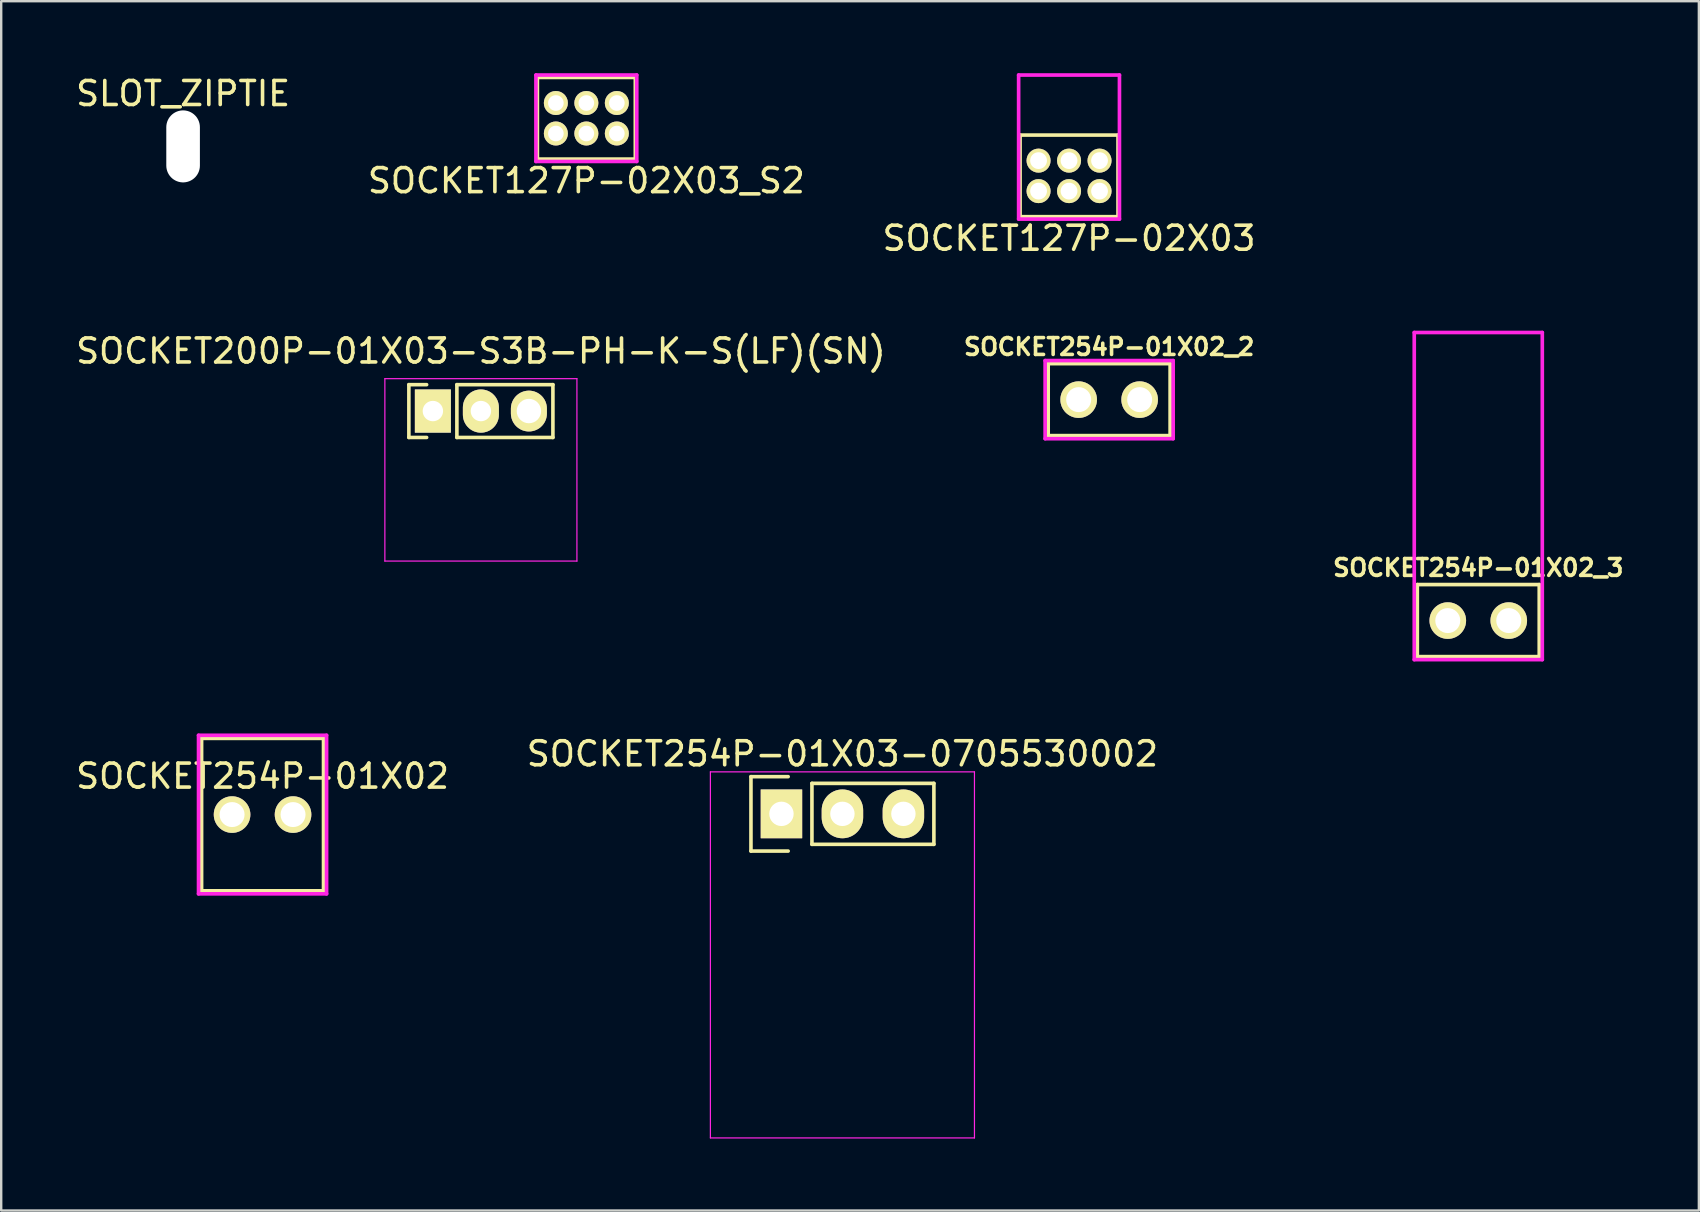
<source format=kicad_pcb>
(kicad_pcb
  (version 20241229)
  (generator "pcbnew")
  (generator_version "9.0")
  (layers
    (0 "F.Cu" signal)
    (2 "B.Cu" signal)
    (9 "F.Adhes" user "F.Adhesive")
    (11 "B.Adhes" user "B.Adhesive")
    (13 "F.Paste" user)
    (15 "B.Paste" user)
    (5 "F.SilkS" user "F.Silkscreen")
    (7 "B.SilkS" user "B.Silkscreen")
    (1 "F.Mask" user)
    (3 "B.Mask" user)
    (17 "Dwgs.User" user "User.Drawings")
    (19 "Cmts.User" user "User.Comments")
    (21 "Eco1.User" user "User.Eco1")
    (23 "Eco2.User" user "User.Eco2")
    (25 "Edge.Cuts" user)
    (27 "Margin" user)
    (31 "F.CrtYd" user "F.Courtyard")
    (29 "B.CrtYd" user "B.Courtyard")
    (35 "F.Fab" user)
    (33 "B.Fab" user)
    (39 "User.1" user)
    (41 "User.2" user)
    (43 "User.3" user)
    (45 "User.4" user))
  (footprint "SOCKET254P-01X02_3"
    (layer "F.Cu")
    (at 58.529 22.801)
    (property "Reference" "SOCKET254P-01X02_3" (at 0 -2.2 0) (layer "F.SilkS") (effects (font (size 0.7 0.7) (thickness 0.15))))
    (attr through_hole)
    (fp_line (start -2.54 1.5) (end -2.54 -1.5) (stroke (width 0.152) (type solid)) (layer "F.SilkS"))
    (fp_line (start 2.54 -1.5) (end -2.54 -1.5) (stroke (width 0.152) (type solid)) (layer "F.SilkS"))
    (fp_line (start 2.54 1.5) (end -2.54 1.5) (stroke (width 0.152) (type solid)) (layer "F.SilkS"))
    (fp_line (start 2.54 1.5) (end 2.54 -1.5) (stroke (width 0.152) (type solid)) (layer "F.SilkS"))
    (fp_line (start -2.667 -12) (end -2.667 1.627) (stroke (width 0.152) (type solid)) (layer "F.CrtYd"))
    (fp_line (start -2.667 1.627) (end 2.667 1.627) (stroke (width 0.152) (type solid)) (layer "F.CrtYd"))
    (fp_line (start 2.667 -12) (end -2.667 -12) (stroke (width 0.152) (type solid)) (layer "F.CrtYd"))
    (fp_line (start 2.667 1.627) (end 2.667 -12) (stroke (width 0.152) (type solid)) (layer "F.CrtYd"))
    (pad "1" thru_hole circle (at -1.27 0) (size 1.524 1.524) (drill 1.041) (layers "*.Cu" "*.Mask" "F.SilkS"))
    (pad "2" thru_hole circle (at 1.27 0) (size 1.524 1.524) (drill 1.041) (layers "*.Cu" "*.Mask" "F.SilkS")))
  (footprint "SOCKET254P-01X02"
    (layer "F.Cu")
    (at 7.887 30.882)
    (property "Reference" "SOCKET254P-01X02" (at 0 -1.6 0) (layer "F.SilkS") (effects (font (size 1 1) (thickness 0.15))))
    (attr through_hole)
    (fp_line (start -2.54 3.175) (end -2.54 -3.175) (stroke (width 0.152) (type solid)) (layer "F.SilkS"))
    (fp_line (start 2.54 -3.175) (end -2.54 -3.175) (stroke (width 0.152) (type solid)) (layer "F.SilkS"))
    (fp_line (start 2.54 3.175) (end -2.54 3.175) (stroke (width 0.152) (type solid)) (layer "F.SilkS"))
    (fp_line (start 2.54 3.175) (end 2.54 -3.175) (stroke (width 0.152) (type solid)) (layer "F.SilkS"))
    (fp_line (start -2.667 -3.302) (end -2.667 3.302) (stroke (width 0.152) (type solid)) (layer "F.CrtYd"))
    (fp_line (start -2.667 3.302) (end 2.667 3.302) (stroke (width 0.152) (type solid)) (layer "F.CrtYd"))
    (fp_line (start 2.667 -3.302) (end -2.667 -3.302) (stroke (width 0.152) (type solid)) (layer "F.CrtYd"))
    (fp_line (start 2.667 3.302) (end 2.667 -3.302) (stroke (width 0.152) (type solid)) (layer "F.CrtYd"))
    (pad "1" thru_hole circle (at -1.27 0) (size 1.524 1.524) (drill 1.041) (layers "*.Cu" "*.Mask" "F.SilkS"))
    (pad "2" thru_hole circle (at 1.27 0) (size 1.524 1.524) (drill 1.041) (layers "*.Cu" "*.Mask" "F.SilkS")))
  (footprint "SOCKET254P-01X02_2"
    (layer "F.Cu")
    (at 43.153 13.597)
    (property "Reference" "SOCKET254P-01X02_2" (at 0 -2.2 0) (layer "F.SilkS") (effects (font (size 0.7 0.7) (thickness 0.15))))
    (attr through_hole)
    (fp_line (start -2.54 1.5) (end -2.54 -1.5) (stroke (width 0.152) (type solid)) (layer "F.SilkS"))
    (fp_line (start 2.54 -1.5) (end -2.54 -1.5) (stroke (width 0.152) (type solid)) (layer "F.SilkS"))
    (fp_line (start 2.54 1.5) (end -2.54 1.5) (stroke (width 0.152) (type solid)) (layer "F.SilkS"))
    (fp_line (start 2.54 1.5) (end 2.54 -1.5) (stroke (width 0.152) (type solid)) (layer "F.SilkS"))
    (fp_line (start -2.667 -1.627) (end -2.667 1.627) (stroke (width 0.152) (type solid)) (layer "F.CrtYd"))
    (fp_line (start -2.667 1.627) (end 2.667 1.627) (stroke (width 0.152) (type solid)) (layer "F.CrtYd"))
    (fp_line (start 2.667 -1.627) (end -2.667 -1.627) (stroke (width 0.152) (type solid)) (layer "F.CrtYd"))
    (fp_line (start 2.667 1.627) (end 2.667 -1.627) (stroke (width 0.152) (type solid)) (layer "F.CrtYd"))
    (pad "1" thru_hole circle (at -1.27 0) (size 1.524 1.524) (drill 1.041) (layers "*.Cu" "*.Mask" "F.SilkS"))
    (pad "2" thru_hole circle (at 1.27 0) (size 1.524 1.524) (drill 1.041) (layers "*.Cu" "*.Mask" "F.SilkS")))
  (footprint "SOCKET127P-02X03"
    (layer "F.Cu")
    (at 41.482 4.276)
    (property "Reference" "SOCKET127P-02X03" (at 0 2.6 0) (layer "F.SilkS") (effects (font (size 1 1) (thickness 0.15))))
    (attr through_hole)
    (fp_line (start -2.04 -1.7) (end -2.04 1.7) (stroke (width 0.152) (type solid)) (layer "F.SilkS"))
    (fp_line (start -2.04 -1.7) (end 2.04 -1.7) (stroke (width 0.152) (type solid)) (layer "F.SilkS"))
    (fp_line (start -2.04 1.7) (end 2.04 1.7) (stroke (width 0.152) (type solid)) (layer "F.SilkS"))
    (fp_line (start 2.04 -1.7) (end 2.04 1.7) (stroke (width 0.152) (type solid)) (layer "F.SilkS"))
    (fp_line (start -2.1 -4.2) (end 2.1 -4.2) (stroke (width 0.152) (type solid)) (layer "F.CrtYd"))
    (fp_line (start -2.1 1.8) (end -2.1 -4.2) (stroke (width 0.152) (type solid)) (layer "F.CrtYd"))
    (fp_line (start -2.1 1.8) (end 2.1 1.8) (stroke (width 0.152) (type solid)) (layer "F.CrtYd"))
    (fp_line (start 2.1 1.8) (end 2.1 -4.2) (stroke (width 0.152) (type solid)) (layer "F.CrtYd"))
    (pad "1" thru_hole circle (at -1.27 0.635) (size 1 1) (drill 0.7) (layers "*.Cu" "*.Mask" "F.SilkS"))
    (pad "2" thru_hole circle (at -1.27 -0.635) (size 1 1) (drill 0.7) (layers "*.Cu" "*.Mask" "F.SilkS"))
    (pad "3" thru_hole circle (at 0 0.635) (size 1 1) (drill 0.7) (layers "*.Cu" "*.Mask" "F.SilkS"))
    (pad "4" thru_hole circle (at 0 -0.635) (size 1 1) (drill 0.7) (layers "*.Cu" "*.Mask" "F.SilkS"))
    (pad "5" thru_hole circle (at 1.27 0.635) (size 1 1) (drill 0.7) (layers "*.Cu" "*.Mask" "F.SilkS"))
    (pad "6" thru_hole circle (at 1.27 -0.635) (size 1 1) (drill 0.7) (layers "*.Cu" "*.Mask" "F.SilkS")))
  (footprint "SOCKET200P-01X03-S3B-PH-K-S(LF)(SN)"
    (layer "F.Cu")
    (at 16.982 14.073)
    (property "Reference" "SOCKET200P-01X03-S3B-PH-K-S(LF)(SN)" (at 0 -2.5 0) (layer "F.SilkS") (effects (font (size 1 1) (thickness 0.15))))
    (attr through_hole)
    (fp_line (start -3 -1.1) (end -3 1.1) (stroke (width 0.15) (type solid)) (layer "F.SilkS"))
    (fp_line (start -3 -1.1) (end -2.26 -1.1) (stroke (width 0.15) (type solid)) (layer "F.SilkS"))
    (fp_line (start -2.26 1.1) (end -3 1.1) (stroke (width 0.15) (type solid)) (layer "F.SilkS"))
    (fp_line (start -1 -1.1) (end 3 -1.1) (stroke (width 0.15) (type solid)) (layer "F.SilkS"))
    (fp_line (start -1 1.1) (end -1 -1.1) (stroke (width 0.15) (type solid)) (layer "F.SilkS"))
    (fp_line (start -1 1.1) (end 3 1.1) (stroke (width 0.15) (type solid)) (layer "F.SilkS"))
    (fp_line (start 3 -1.1) (end 3 1.1) (stroke (width 0.15) (type solid)) (layer "F.SilkS"))
    (fp_line (start -4 -1.35) (end -4 6.25) (stroke (width 0.05) (type solid)) (layer "F.CrtYd"))
    (fp_line (start -4 -1.35) (end 4 -1.35) (stroke (width 0.05) (type solid)) (layer "F.CrtYd"))
    (fp_line (start -4 6.25) (end 4 6.25) (stroke (width 0.05) (type solid)) (layer "F.CrtYd"))
    (fp_line (start 4 -1.35) (end 4 6.25) (stroke (width 0.05) (type solid)) (layer "F.CrtYd"))
    (pad "1" thru_hole rect (at -2 0) (size 1.5 1.8) (drill 0.85) (layers "*.Cu" "*.Mask" "F.SilkS"))
    (pad "2" thru_hole oval (at 0 0) (size 1.5 1.8) (drill 0.85) (layers "*.Cu" "*.Mask" "F.SilkS"))
    (pad "3" thru_hole oval (at 2 0) (size 1.5 1.7) (drill 1.016) (layers "*.Cu" "*.Mask" "F.SilkS")))
  (footprint "SLOT_ZIPTIE"
    (layer "F.Cu")
    (at 4.577 3.048)
    (property "Reference" "SLOT_ZIPTIE" (at 0 -2.2 0) (layer "F.SilkS") (effects (font (size 1 1) (thickness 0.15))))
    (attr through_hole)
    (pad "" np_thru_hole oval (at 0 0) (size 1.4 3) (drill oval 1.4 3) (layers "*.Cu" "*.Mask")))
  (footprint "SOCKET127P-02X03_S2"
    (layer "F.Cu")
    (at 21.375 1.876)
    (property "Reference" "SOCKET127P-02X03_S2" (at 0 2.6 0) (layer "F.SilkS") (effects (font (size 1 1) (thickness 0.15))))
    (attr through_hole)
    (fp_line (start -2.04 -1.7) (end -2.04 1.7) (stroke (width 0.152) (type solid)) (layer "F.SilkS"))
    (fp_line (start -2.04 -1.7) (end 2.04 -1.7) (stroke (width 0.152) (type solid)) (layer "F.SilkS"))
    (fp_line (start -2.04 1.7) (end 2.04 1.7) (stroke (width 0.152) (type solid)) (layer "F.SilkS"))
    (fp_line (start 2.04 -1.7) (end 2.04 1.7) (stroke (width 0.152) (type solid)) (layer "F.SilkS"))
    (fp_line (start -2.1 -1.8) (end 2.1 -1.8) (stroke (width 0.152) (type solid)) (layer "F.CrtYd"))
    (fp_line (start -2.1 1.8) (end -2.1 -1.8) (stroke (width 0.152) (type solid)) (layer "F.CrtYd"))
    (fp_line (start -2.1 1.8) (end 2.1 1.8) (stroke (width 0.152) (type solid)) (layer "F.CrtYd"))
    (fp_line (start 2.1 1.8) (end 2.1 -1.8) (stroke (width 0.152) (type solid)) (layer "F.CrtYd"))
    (pad "1" thru_hole circle (at -1.27 0.635) (size 1 1) (drill 0.65) (layers "*.Cu" "*.Mask" "F.SilkS"))
    (pad "2" thru_hole circle (at -1.27 -0.635) (size 1 1) (drill 0.65) (layers "*.Cu" "*.Mask" "F.SilkS"))
    (pad "3" thru_hole circle (at 0 0.635) (size 1 1) (drill 0.65) (layers "*.Cu" "*.Mask" "F.SilkS"))
    (pad "4" thru_hole circle (at 0 -0.635) (size 1 1) (drill 0.65) (layers "*.Cu" "*.Mask" "F.SilkS"))
    (pad "5" thru_hole circle (at 1.27 0.635) (size 1 1) (drill 0.65) (layers "*.Cu" "*.Mask" "F.SilkS"))
    (pad "6" thru_hole circle (at 1.27 -0.635) (size 1 1) (drill 0.65) (layers "*.Cu" "*.Mask" "F.SilkS")))
  (footprint "SOCKET254P-01X03-0705530002"
    (layer "F.Cu")
    (at 32.042 30.852)
    (property "Reference" "SOCKET254P-01X03-0705530002" (at 0 -2.5 0) (layer "F.SilkS") (effects (font (size 1 1) (thickness 0.15))))
    (attr through_hole)
    (fp_line (start -3.81 -1.55) (end -3.81 1.55) (stroke (width 0.15) (type solid)) (layer "F.SilkS"))
    (fp_line (start -3.81 -1.55) (end -2.26 -1.55) (stroke (width 0.15) (type solid)) (layer "F.SilkS"))
    (fp_line (start -2.26 1.55) (end -3.81 1.55) (stroke (width 0.15) (type solid)) (layer "F.SilkS"))
    (fp_line (start -1.27 -1.27) (end 3.81 -1.27) (stroke (width 0.15) (type solid)) (layer "F.SilkS"))
    (fp_line (start -1.27 1.27) (end -1.27 -1.27) (stroke (width 0.15) (type solid)) (layer "F.SilkS"))
    (fp_line (start -1.27 1.27) (end 3.81 1.27) (stroke (width 0.15) (type solid)) (layer "F.SilkS"))
    (fp_line (start 3.81 -1.27) (end 3.81 1.27) (stroke (width 0.15) (type solid)) (layer "F.SilkS"))
    (fp_line (start -5.5 -1.75) (end -5.5 13.5) (stroke (width 0.05) (type solid)) (layer "F.CrtYd"))
    (fp_line (start -5.5 -1.75) (end 5.5 -1.75) (stroke (width 0.05) (type solid)) (layer "F.CrtYd"))
    (fp_line (start -5.5 13.5) (end 5.5 13.5) (stroke (width 0.05) (type solid)) (layer "F.CrtYd"))
    (fp_line (start 5.5 -1.75) (end 5.5 13.5) (stroke (width 0.05) (type solid)) (layer "F.CrtYd"))
    (pad "1" thru_hole rect (at -2.54 0) (size 1.727 2.032) (drill 1.016) (layers "*.Cu" "*.Mask" "F.SilkS"))
    (pad "2" thru_hole oval (at 0 0) (size 1.727 2.032) (drill 1.016) (layers "*.Cu" "*.Mask" "F.SilkS"))
    (pad "3" thru_hole oval (at 2.54 0) (size 1.727 2.032) (drill 1.016) (layers "*.Cu" "*.Mask" "F.SilkS")))
  (gr_rect
    (start -3 -3)
    (end 67.718 47.377)
    (stroke (width 0.1) (type default))
    (fill no)
    (layer "Edge.Cuts")))
</source>
